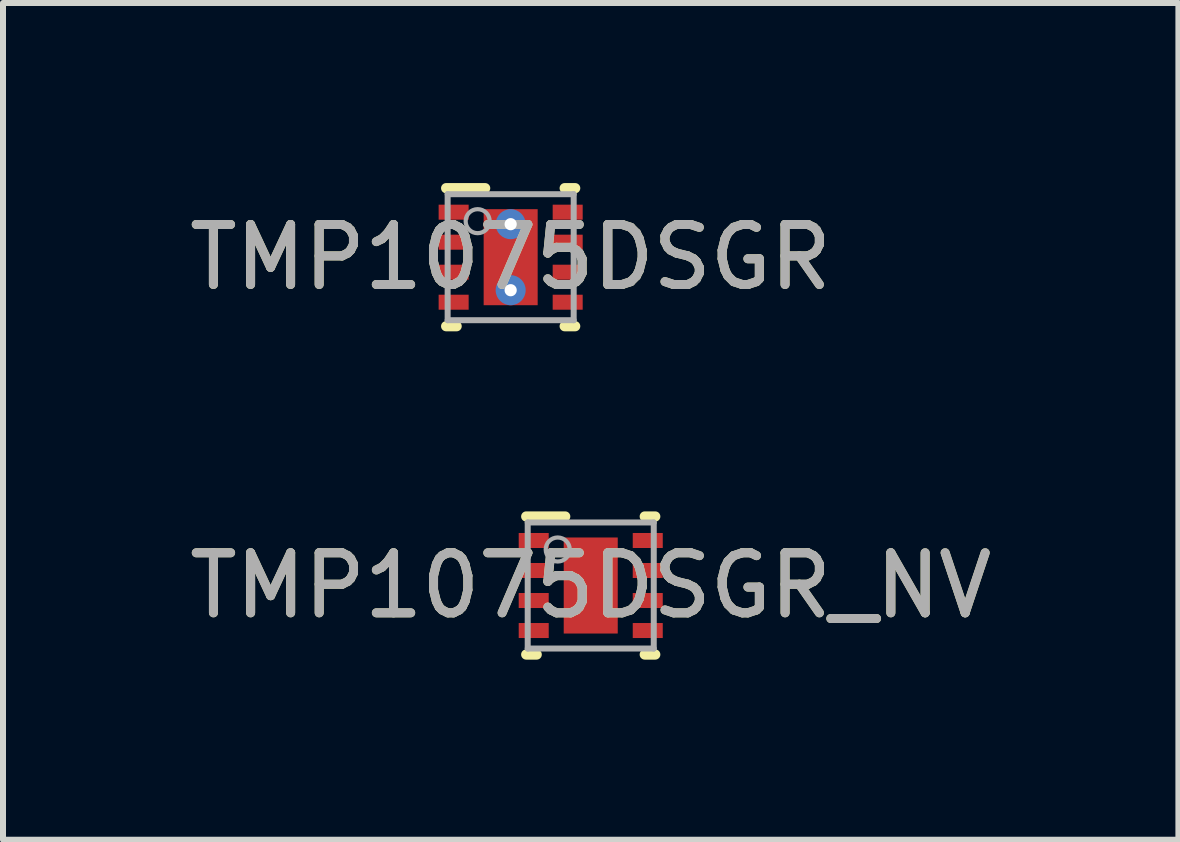
<source format=kicad_pcb>
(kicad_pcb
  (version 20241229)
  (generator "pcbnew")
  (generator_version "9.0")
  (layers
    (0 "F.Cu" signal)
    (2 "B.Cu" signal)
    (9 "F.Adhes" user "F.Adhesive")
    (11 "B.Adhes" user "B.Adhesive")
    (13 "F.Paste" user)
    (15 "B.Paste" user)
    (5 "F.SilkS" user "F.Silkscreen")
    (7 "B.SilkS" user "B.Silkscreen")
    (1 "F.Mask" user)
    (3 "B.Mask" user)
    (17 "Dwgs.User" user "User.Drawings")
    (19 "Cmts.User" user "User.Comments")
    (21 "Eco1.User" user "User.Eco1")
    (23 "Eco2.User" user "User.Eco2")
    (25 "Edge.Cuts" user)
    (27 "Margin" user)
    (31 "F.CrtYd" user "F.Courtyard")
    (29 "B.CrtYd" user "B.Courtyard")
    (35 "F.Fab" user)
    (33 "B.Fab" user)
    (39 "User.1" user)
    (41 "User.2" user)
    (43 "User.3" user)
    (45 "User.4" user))
  (footprint "TMP1075DSGR_NV"
    (layer "F.Cu")
    (at 6.792 6.705)
    (property "Reference" "TMP1075DSGR_NV" (at 0 0 0) (unlocked yes) (layer "F.SilkS") (effects (font (size 1 1) (thickness 0.15))))
    (attr smd)
    (fp_line (start -1.075 -1.15) (end -0.425 -1.15) (stroke (width 0.17) (type solid)) (layer "F.SilkS"))
    (fp_line (start -1.075 1.15) (end -0.9 1.15) (stroke (width 0.17) (type solid)) (layer "F.SilkS"))
    (fp_line (start 0.9 -1.15) (end 1.075 -1.15) (stroke (width 0.17) (type solid)) (layer "F.SilkS"))
    (fp_line (start 0.9 1.15) (end 1.075 1.15) (stroke (width 0.17) (type solid)) (layer "F.SilkS"))
    (fp_poly (pts (xy -0.45 -0.149) (xy -0.45 -0.751) (xy -0.449 -0.761) (xy -0.446 -0.77) (xy -0.442 -0.778) (xy -0.436 -0.786) (xy -0.428 -0.792) (xy -0.42 -0.796) (xy -0.411 -0.799) (xy -0.401 -0.8) (xy 0.401 -0.8) (xy 0.411 -0.799) (xy 0.42 -0.796) (xy 0.428 -0.792) (xy 0.436 -0.786) (xy 0.442 -0.778) (xy 0.446 -0.77) (xy 0.449 -0.761) (xy 0.45 -0.751) (xy 0.45 -0.149) (xy 0.449 -0.139) (xy 0.446 -0.13) (xy 0.442 -0.122) (xy 0.436 -0.114) (xy 0.428 -0.108) (xy 0.42 -0.104) (xy 0.411 -0.101) (xy 0.401 -0.1) (xy -0.401 -0.1) (xy -0.411 -0.101) (xy -0.42 -0.104) (xy -0.428 -0.108) (xy -0.436 -0.114) (xy -0.442 -0.122) (xy -0.446 -0.13) (xy -0.449 -0.139)) (stroke (width 0) (type solid)) (fill yes) (layer "F.Paste"))
    (fp_poly (pts (xy -0.45 0.751) (xy -0.45 0.149) (xy -0.449 0.139) (xy -0.446 0.13) (xy -0.442 0.122) (xy -0.436 0.114) (xy -0.428 0.108) (xy -0.42 0.104) (xy -0.411 0.101) (xy -0.401 0.1) (xy 0.401 0.1) (xy 0.411 0.101) (xy 0.42 0.104) (xy 0.428 0.108) (xy 0.436 0.114) (xy 0.442 0.122) (xy 0.446 0.13) (xy 0.449 0.139) (xy 0.45 0.149) (xy 0.45 0.751) (xy 0.449 0.761) (xy 0.446 0.77) (xy 0.442 0.778) (xy 0.436 0.786) (xy 0.428 0.792) (xy 0.42 0.796) (xy 0.411 0.799) (xy 0.401 0.8) (xy -0.401 0.8) (xy -0.411 0.799) (xy -0.42 0.796) (xy -0.428 0.792) (xy -0.436 0.786) (xy -0.442 0.778) (xy -0.446 0.77) (xy -0.449 0.761)) (stroke (width 0) (type solid)) (fill yes) (layer "F.Paste"))
    (fp_line (start -1.05 -1.05) (end 1.05 -1.05) (stroke (width 0.1) (type solid)) (layer "F.Fab"))
    (fp_line (start -1.05 1.05) (end -1.05 -1.05) (stroke (width 0.1) (type solid)) (layer "F.Fab"))
    (fp_line (start -1.05 1.05) (end 1.05 1.05) (stroke (width 0.1) (type solid)) (layer "F.Fab"))
    (fp_line (start 1.05 1.05) (end 1.05 -1.05) (stroke (width 0.1) (type solid)) (layer "F.Fab"))
    (fp_circle (center -0.55 -0.6) (end -0.35 -0.6) (stroke (width 0.07) (type solid)) (fill no) (layer "F.Fab"))
    (fp_text user "${REFERENCE}" (at 0 0 0) (unlocked yes) (layer "F.Fab") (effects (font (size 1 1) (thickness 0.15))))
    (pad "1" smd rect (at -0.95 -0.75 90) (size 0.25 0.5) (layers "F.Cu" "F.Mask" "F.Paste"))
    (pad "2" smd rect (at -0.95 -0.25 90) (size 0.25 0.5) (layers "F.Cu" "F.Mask" "F.Paste"))
    (pad "3" smd rect (at -0.95 0.25 90) (size 0.25 0.5) (layers "F.Cu" "F.Mask" "F.Paste"))
    (pad "4" smd rect (at -0.95 0.75 90) (size 0.25 0.5) (layers "F.Cu" "F.Mask" "F.Paste"))
    (pad "5" smd rect (at 0.95 0.75 90) (size 0.25 0.5) (layers "F.Cu" "F.Mask" "F.Paste"))
    (pad "6" smd rect (at 0.95 0.25 90) (size 0.25 0.5) (layers "F.Cu" "F.Mask" "F.Paste"))
    (pad "7" smd rect (at 0.95 -0.25 90) (size 0.25 0.5) (layers "F.Cu" "F.Mask" "F.Paste"))
    (pad "8" smd rect (at 0.95 -0.75 90) (size 0.25 0.5) (layers "F.Cu" "F.Mask" "F.Paste"))
    (pad "9" smd rect (at 0 0) (size 0.9 1.6) (layers "F.Cu" "F.Mask" "F.Paste")))
  (footprint "TMP1075DSGR"
    (layer "F.Cu")
    (at 5.458 1.235)
    (property "Reference" "TMP1075DSGR" (at 0 0 0) (unlocked yes) (layer "F.SilkS") (effects (font (size 1 1) (thickness 0.15))))
    (attr smd)
    (fp_line (start -1.075 -1.15) (end -0.425 -1.15) (stroke (width 0.17) (type solid)) (layer "F.SilkS"))
    (fp_line (start -1.075 1.15) (end -0.9 1.15) (stroke (width 0.17) (type solid)) (layer "F.SilkS"))
    (fp_line (start 0.9 -1.15) (end 1.075 -1.15) (stroke (width 0.17) (type solid)) (layer "F.SilkS"))
    (fp_line (start 0.9 1.15) (end 1.075 1.15) (stroke (width 0.17) (type solid)) (layer "F.SilkS"))
    (fp_poly (pts (xy -0.45 -0.149) (xy -0.45 -0.751) (xy -0.449 -0.761) (xy -0.446 -0.77) (xy -0.442 -0.778) (xy -0.436 -0.786) (xy -0.428 -0.792) (xy -0.42 -0.796) (xy -0.411 -0.799) (xy -0.401 -0.8) (xy 0.401 -0.8) (xy 0.411 -0.799) (xy 0.42 -0.796) (xy 0.428 -0.792) (xy 0.436 -0.786) (xy 0.442 -0.778) (xy 0.446 -0.77) (xy 0.449 -0.761) (xy 0.45 -0.751) (xy 0.45 -0.149) (xy 0.449 -0.139) (xy 0.446 -0.13) (xy 0.442 -0.122) (xy 0.436 -0.114) (xy 0.428 -0.108) (xy 0.42 -0.104) (xy 0.411 -0.101) (xy 0.401 -0.1) (xy -0.401 -0.1) (xy -0.411 -0.101) (xy -0.42 -0.104) (xy -0.428 -0.108) (xy -0.436 -0.114) (xy -0.442 -0.122) (xy -0.446 -0.13) (xy -0.449 -0.139)) (stroke (width 0) (type solid)) (fill yes) (layer "F.Paste"))
    (fp_poly (pts (xy -0.45 0.751) (xy -0.45 0.149) (xy -0.449 0.139) (xy -0.446 0.13) (xy -0.442 0.122) (xy -0.436 0.114) (xy -0.428 0.108) (xy -0.42 0.104) (xy -0.411 0.101) (xy -0.401 0.1) (xy 0.401 0.1) (xy 0.411 0.101) (xy 0.42 0.104) (xy 0.428 0.108) (xy 0.436 0.114) (xy 0.442 0.122) (xy 0.446 0.13) (xy 0.449 0.139) (xy 0.45 0.149) (xy 0.45 0.751) (xy 0.449 0.761) (xy 0.446 0.77) (xy 0.442 0.778) (xy 0.436 0.786) (xy 0.428 0.792) (xy 0.42 0.796) (xy 0.411 0.799) (xy 0.401 0.8) (xy -0.401 0.8) (xy -0.411 0.799) (xy -0.42 0.796) (xy -0.428 0.792) (xy -0.436 0.786) (xy -0.442 0.778) (xy -0.446 0.77) (xy -0.449 0.761)) (stroke (width 0) (type solid)) (fill yes) (layer "F.Paste"))
    (fp_line (start -1.05 -1.05) (end 1.05 -1.05) (stroke (width 0.1) (type solid)) (layer "F.Fab"))
    (fp_line (start -1.05 1.05) (end -1.05 -1.05) (stroke (width 0.1) (type solid)) (layer "F.Fab"))
    (fp_line (start -1.05 1.05) (end 1.05 1.05) (stroke (width 0.1) (type solid)) (layer "F.Fab"))
    (fp_line (start 1.05 1.05) (end 1.05 -1.05) (stroke (width 0.1) (type solid)) (layer "F.Fab"))
    (fp_circle (center -0.55 -0.6) (end -0.35 -0.6) (stroke (width 0.07) (type solid)) (fill no) (layer "F.Fab"))
    (fp_text user "${REFERENCE}" (at 0 0 0) (unlocked yes) (layer "F.Fab") (effects (font (size 1 1) (thickness 0.15))))
    (pad "1" smd rect (at -0.95 -0.75 90) (size 0.25 0.5) (layers "F.Cu" "F.Mask" "F.Paste"))
    (pad "2" smd rect (at -0.95 -0.25 90) (size 0.25 0.5) (layers "F.Cu" "F.Mask" "F.Paste"))
    (pad "3" smd rect (at -0.95 0.25 90) (size 0.25 0.5) (layers "F.Cu" "F.Mask" "F.Paste"))
    (pad "4" smd rect (at -0.95 0.75 90) (size 0.25 0.5) (layers "F.Cu" "F.Mask" "F.Paste"))
    (pad "5" smd rect (at 0.95 0.75 90) (size 0.25 0.5) (layers "F.Cu" "F.Mask" "F.Paste"))
    (pad "6" smd rect (at 0.95 0.25 90) (size 0.25 0.5) (layers "F.Cu" "F.Mask" "F.Paste"))
    (pad "7" smd rect (at 0.95 -0.25 90) (size 0.25 0.5) (layers "F.Cu" "F.Mask" "F.Paste"))
    (pad "8" smd rect (at 0.95 -0.75 90) (size 0.25 0.5) (layers "F.Cu" "F.Mask" "F.Paste"))
    (pad "9" smd rect (at 0 0) (size 0.9 1.6) (layers "F.Cu" "F.Mask" "F.Paste"))
    (pad "V" thru_hole circle (at 0 -0.55) (size 0.5 0.5) (drill 0.203) (layers "*.Cu" "*.Mask"))
    (pad "V" thru_hole circle (at 0 0.55) (size 0.5 0.5) (drill 0.203) (layers "*.Cu" "*.Mask")))
  (gr_rect
    (start -3 -3)
    (end 16.583 10.94)
    (stroke (width 0.1) (type default))
    (fill no)
    (layer "Edge.Cuts")))
</source>
